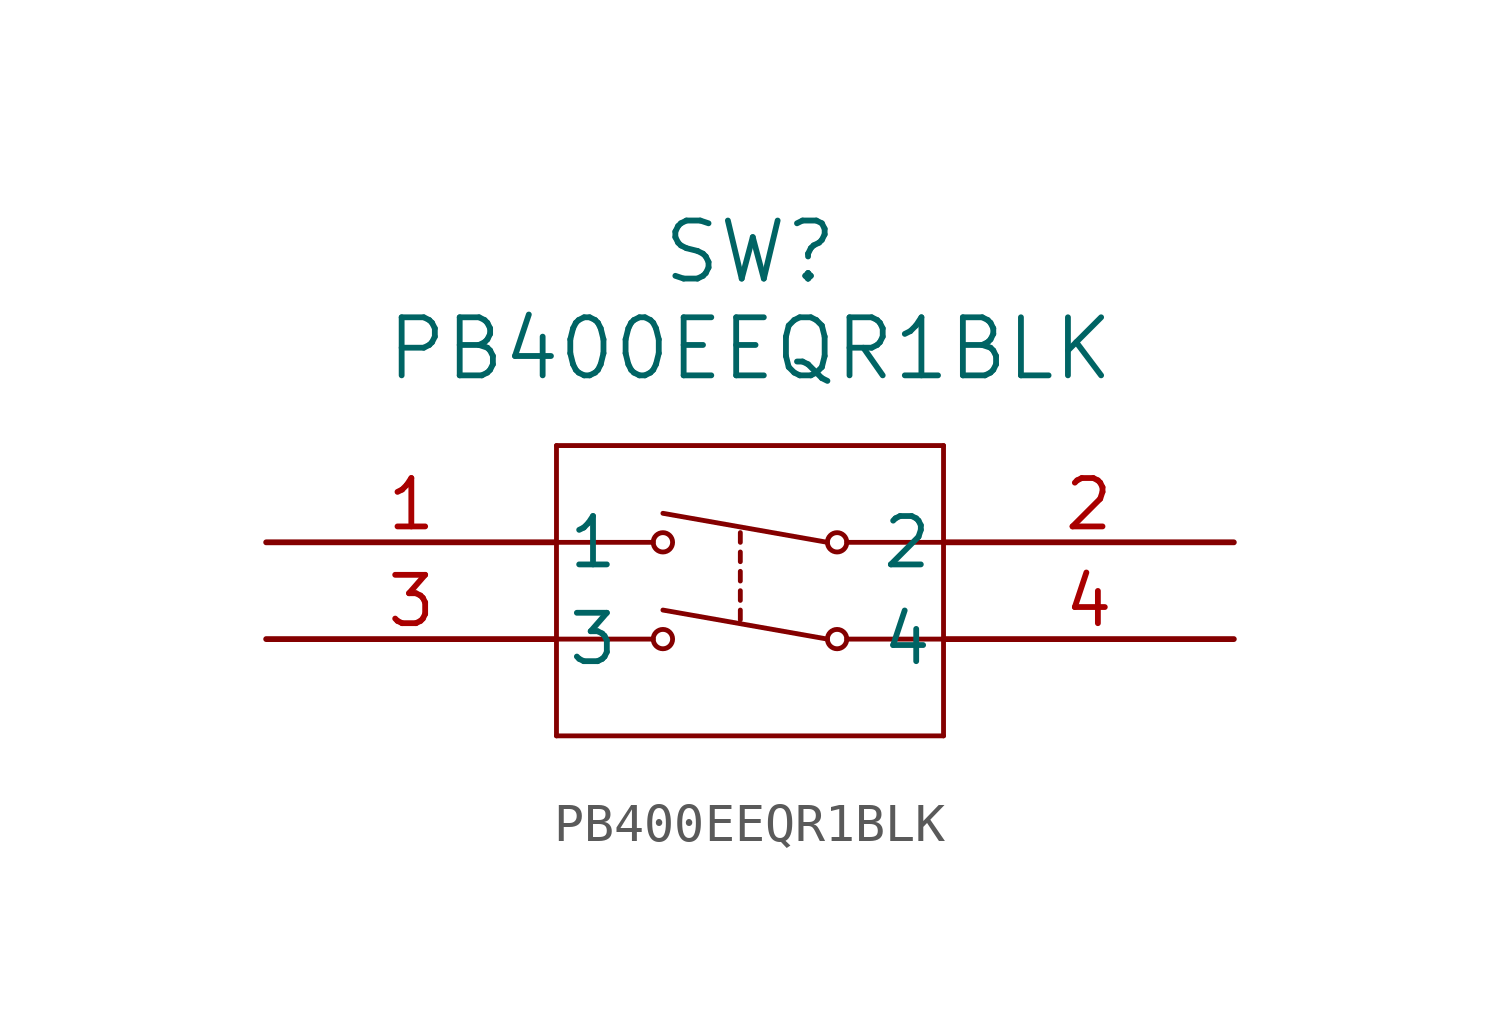
<source format=kicad_sym>
(kicad_symbol_lib
  (version 20211014)
  (generator kicad_symbol_editor)
  (symbol "PB400EEQR1BLK"
    (pin_names
      (offset 0.254))
    (property "Reference" "SW"
      (at 12.7 7.62 0)
      (effects (font (size 1.524 1.524))))
    (property "Value" "PB400EEQR1BLK"
      (at 12.7 5.08 0)
      (effects (font (size 1.524 1.524))))
    (symbol "PB400EEQR1BLK_0_1"
      (polyline (pts (xy 7.62 -5.08) (xy 17.78 -5.08)) (stroke (width 0.127) (type default) (color 0 0 0 0)) (fill (type none)))
      (polyline (pts (xy 17.78 -5.08) (xy 17.78 2.54)) (stroke (width 0.127) (type default) (color 0 0 0 0)) (fill (type none)))
      (polyline (pts (xy 7.62 2.54) (xy 7.62 -5.08)) (stroke (width 0.127) (type default) (color 0 0 0 0)) (fill (type none)))
      (polyline (pts (xy 12.446 0.254) (xy 12.446 0)) (stroke (width 0.127) (type default) (color 0 0 0 0)) (fill (type none)))
      (polyline (pts (xy 12.446 -0.254) (xy 12.446 -0.508)) (stroke (width 0.127) (type default) (color 0 0 0 0)) (fill (type none)))
      (polyline (pts (xy 12.446 -0.762) (xy 12.446 -1.016)) (stroke (width 0.127) (type default) (color 0 0 0 0)) (fill (type none)))
      (polyline (pts (xy 12.446 -1.27) (xy 12.446 -1.524)) (stroke (width 0.127) (type default) (color 0 0 0 0)) (fill (type none)))
      (polyline (pts (xy 17.78 2.54) (xy 7.62 2.54)) (stroke (width 0.127) (type default) (color 0 0 0 0)) (fill (type none)))
      (polyline (pts (xy 7.62 0) (xy 10.16 0)) (stroke (width 0.127) (type default) (color 0 0 0 0)) (fill (type none)))
      (polyline (pts (xy 15.24 0) (xy 17.78 0)) (stroke (width 0.127) (type default) (color 0 0 0 0)) (fill (type none)))
      (circle (center 10.414 0) (radius 0.254) (stroke (width 0.127) (type default) (color 0 0 0 0)) (fill (type none)))
      (circle (center 14.986 0) (radius 0.254) (stroke (width 0.127) (type default) (color 0 0 0 0)) (fill (type none)))
      (polyline (pts (xy 14.732 0) (xy 10.414 0.762)) (stroke (width 0.127) (type default) (color 0 0 0 0)) (fill (type none)))
      (polyline (pts (xy 7.62 -2.54) (xy 10.16 -2.54)) (stroke (width 0.127) (type default) (color 0 0 0 0)) (fill (type none)))
      (polyline (pts (xy 15.24 -2.54) (xy 17.78 -2.54)) (stroke (width 0.127) (type default) (color 0 0 0 0)) (fill (type none)))
      (circle (center 10.414 -2.54) (radius 0.254) (stroke (width 0.127) (type default) (color 0 0 0 0)) (fill (type none)))
      (circle (center 14.986 -2.54) (radius 0.254) (stroke (width 0.127) (type default) (color 0 0 0 0)) (fill (type none)))
      (polyline (pts (xy 14.732 -2.54) (xy 10.414 -1.778)) (stroke (width 0.127) (type default) (color 0 0 0 0)) (fill (type none)))
      (polyline (pts (xy 12.446 -1.778) (xy 12.446 -2.032)) (stroke (width 0.127) (type default) (color 0 0 0 0)) (fill (type none)))
      (pin unspecified line (at 0 0 0) (length 7.62) (name "1" (effects (font (size 1.27 1.27)))) (number "1" (effects (font (size 1.27 1.27)))))
      (pin unspecified line (at 25.4 0 180) (length 7.62) (name "2" (effects (font (size 1.27 1.27)))) (number "2" (effects (font (size 1.27 1.27)))))
      (pin unspecified line (at 0 -2.54 0) (length 7.62) (name "3" (effects (font (size 1.27 1.27)))) (number "3" (effects (font (size 1.27 1.27)))))
      (pin unspecified line (at 25.4 -2.54 180) (length 7.62) (name "4" (effects (font (size 1.27 1.27)))) (number "4" (effects (font (size 1.27 1.27))))))))
</source>
